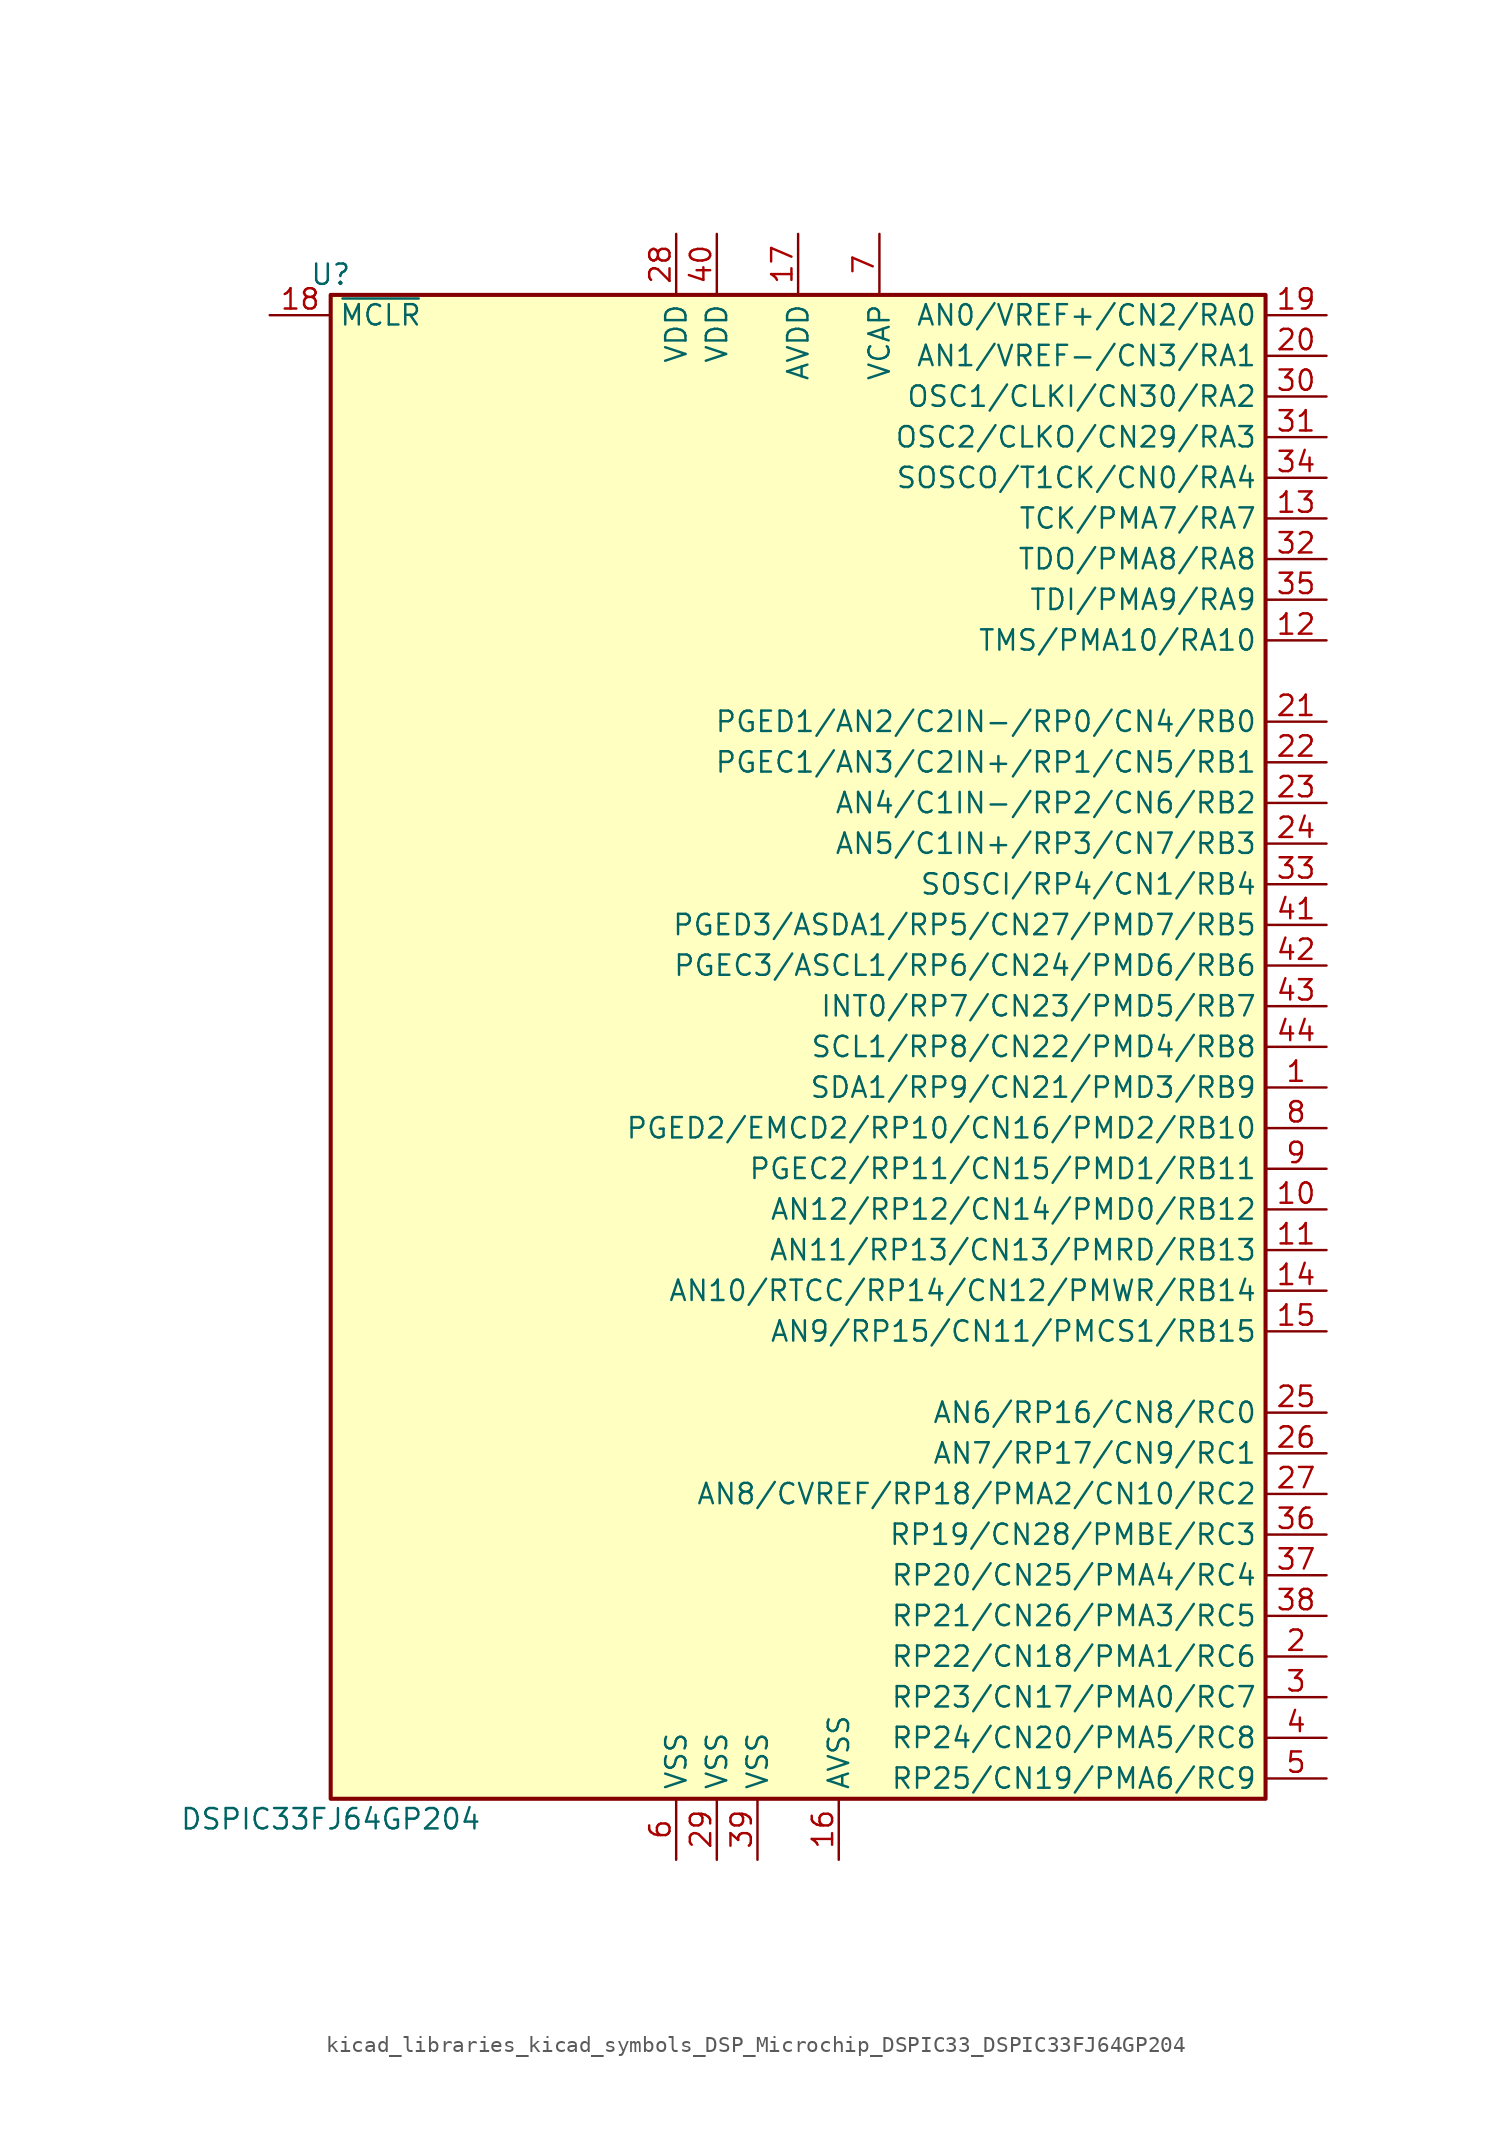
<source format=kicad_sym>
(kicad_symbol_lib
  (version 20220914)
  (generator kicad_symbol_editor)
  (symbol "kicad_libraries_kicad_symbols_DSP_Microchip_DSPIC33_DSPIC33FJ64GP204"
    (property "Reference" "U"
      (at -29.21 48.26 0)
      (effects (font (size 1.27 1.27))))
    (property "Value" "DSPIC33FJ64GP204"
      (at -29.21 -48.26 0)
      (effects (font (size 1.27 1.27))))
    (symbol "kicad_libraries_kicad_symbols_DSP_Microchip_DSPIC33_DSPIC33FJ64GP204_1_1"
      (rectangle (start -29.21 46.99) (end 29.21 -46.99) (stroke (width 0.254) (type default)) (fill (type background)))
      (pin bidirectional line (at 33.02 -2.54 180) (length 3.81) (name "SDA1/RP9/CN21/PMD3/RB9" (effects (font (size 1.27 1.27)))) (number "1" (effects (font (size 1.27 1.27)))))
      (pin bidirectional line (at 33.02 -10.16 180) (length 3.81) (name "AN12/RP12/CN14/PMD0/RB12" (effects (font (size 1.27 1.27)))) (number "10" (effects (font (size 1.27 1.27)))))
      (pin bidirectional line (at 33.02 -12.7 180) (length 3.81) (name "AN11/RP13/CN13/PMRD/RB13" (effects (font (size 1.27 1.27)))) (number "11" (effects (font (size 1.27 1.27)))))
      (pin bidirectional line (at 33.02 25.4 180) (length 3.81) (name "TMS/PMA10/RA10" (effects (font (size 1.27 1.27)))) (number "12" (effects (font (size 1.27 1.27)))))
      (pin bidirectional line (at 33.02 33.02 180) (length 3.81) (name "TCK/PMA7/RA7" (effects (font (size 1.27 1.27)))) (number "13" (effects (font (size 1.27 1.27)))))
      (pin bidirectional line (at 33.02 -15.24 180) (length 3.81) (name "AN10/RTCC/RP14/CN12/PMWR/RB14" (effects (font (size 1.27 1.27)))) (number "14" (effects (font (size 1.27 1.27)))))
      (pin bidirectional line (at 33.02 -17.78 180) (length 3.81) (name "AN9/RP15/CN11/PMCS1/RB15" (effects (font (size 1.27 1.27)))) (number "15" (effects (font (size 1.27 1.27)))))
      (pin power_in line (at 2.54 -50.8 90) (length 3.81) (name "AVSS" (effects (font (size 1.27 1.27)))) (number "16" (effects (font (size 1.27 1.27)))))
      (pin power_in line (at 0 50.8 270) (length 3.81) (name "AVDD" (effects (font (size 1.27 1.27)))) (number "17" (effects (font (size 1.27 1.27)))))
      (pin input line (at -33.02 45.72 0) (length 3.81) (name "~{MCLR}" (effects (font (size 1.27 1.27)))) (number "18" (effects (font (size 1.27 1.27)))))
      (pin bidirectional line (at 33.02 45.72 180) (length 3.81) (name "AN0/VREF+/CN2/RA0" (effects (font (size 1.27 1.27)))) (number "19" (effects (font (size 1.27 1.27)))))
      (pin bidirectional line (at 33.02 -38.1 180) (length 3.81) (name "RP22/CN18/PMA1/RC6" (effects (font (size 1.27 1.27)))) (number "2" (effects (font (size 1.27 1.27)))))
      (pin bidirectional line (at 33.02 43.18 180) (length 3.81) (name "AN1/VREF-/CN3/RA1" (effects (font (size 1.27 1.27)))) (number "20" (effects (font (size 1.27 1.27)))))
      (pin bidirectional line (at 33.02 20.32 180) (length 3.81) (name "PGED1/AN2/C2IN-/RP0/CN4/RB0" (effects (font (size 1.27 1.27)))) (number "21" (effects (font (size 1.27 1.27)))))
      (pin bidirectional line (at 33.02 17.78 180) (length 3.81) (name "PGEC1/AN3/C2IN+/RP1/CN5/RB1" (effects (font (size 1.27 1.27)))) (number "22" (effects (font (size 1.27 1.27)))))
      (pin bidirectional line (at 33.02 15.24 180) (length 3.81) (name "AN4/C1IN-/RP2/CN6/RB2" (effects (font (size 1.27 1.27)))) (number "23" (effects (font (size 1.27 1.27)))))
      (pin bidirectional line (at 33.02 12.7 180) (length 3.81) (name "AN5/C1IN+/RP3/CN7/RB3" (effects (font (size 1.27 1.27)))) (number "24" (effects (font (size 1.27 1.27)))))
      (pin bidirectional line (at 33.02 -22.86 180) (length 3.81) (name "AN6/RP16/CN8/RC0" (effects (font (size 1.27 1.27)))) (number "25" (effects (font (size 1.27 1.27)))))
      (pin bidirectional line (at 33.02 -25.4 180) (length 3.81) (name "AN7/RP17/CN9/RC1" (effects (font (size 1.27 1.27)))) (number "26" (effects (font (size 1.27 1.27)))))
      (pin bidirectional line (at 33.02 -27.94 180) (length 3.81) (name "AN8/CVREF/RP18/PMA2/CN10/RC2" (effects (font (size 1.27 1.27)))) (number "27" (effects (font (size 1.27 1.27)))))
      (pin power_in line (at -7.62 50.8 270) (length 3.81) (name "VDD" (effects (font (size 1.27 1.27)))) (number "28" (effects (font (size 1.27 1.27)))))
      (pin power_in line (at -5.08 -50.8 90) (length 3.81) (name "VSS" (effects (font (size 1.27 1.27)))) (number "29" (effects (font (size 1.27 1.27)))))
      (pin bidirectional line (at 33.02 -40.64 180) (length 3.81) (name "RP23/CN17/PMA0/RC7" (effects (font (size 1.27 1.27)))) (number "3" (effects (font (size 1.27 1.27)))))
      (pin input line (at 33.02 40.64 180) (length 3.81) (name "OSC1/CLKI/CN30/RA2" (effects (font (size 1.27 1.27)))) (number "30" (effects (font (size 1.27 1.27)))))
      (pin input line (at 33.02 38.1 180) (length 3.81) (name "OSC2/CLKO/CN29/RA3" (effects (font (size 1.27 1.27)))) (number "31" (effects (font (size 1.27 1.27)))))
      (pin input line (at 33.02 30.48 180) (length 3.81) (name "TDO/PMA8/RA8" (effects (font (size 1.27 1.27)))) (number "32" (effects (font (size 1.27 1.27)))))
      (pin input line (at 33.02 10.16 180) (length 3.81) (name "SOSCI/RP4/CN1/RB4" (effects (font (size 1.27 1.27)))) (number "33" (effects (font (size 1.27 1.27)))))
      (pin input line (at 33.02 35.56 180) (length 3.81) (name "SOSCO/T1CK/CN0/RA4" (effects (font (size 1.27 1.27)))) (number "34" (effects (font (size 1.27 1.27)))))
      (pin input line (at 33.02 27.94 180) (length 3.81) (name "TDI/PMA9/RA9" (effects (font (size 1.27 1.27)))) (number "35" (effects (font (size 1.27 1.27)))))
      (pin input line (at 33.02 -30.48 180) (length 3.81) (name "RP19/CN28/PMBE/RC3" (effects (font (size 1.27 1.27)))) (number "36" (effects (font (size 1.27 1.27)))))
      (pin input line (at 33.02 -33.02 180) (length 3.81) (name "RP20/CN25/PMA4/RC4" (effects (font (size 1.27 1.27)))) (number "37" (effects (font (size 1.27 1.27)))))
      (pin input line (at 33.02 -35.56 180) (length 3.81) (name "RP21/CN26/PMA3/RC5" (effects (font (size 1.27 1.27)))) (number "38" (effects (font (size 1.27 1.27)))))
      (pin power_in line (at -2.54 -50.8 90) (length 3.81) (name "VSS" (effects (font (size 1.27 1.27)))) (number "39" (effects (font (size 1.27 1.27)))))
      (pin bidirectional line (at 33.02 -43.18 180) (length 3.81) (name "RP24/CN20/PMA5/RC8" (effects (font (size 1.27 1.27)))) (number "4" (effects (font (size 1.27 1.27)))))
      (pin power_in line (at -5.08 50.8 270) (length 3.81) (name "VDD" (effects (font (size 1.27 1.27)))) (number "40" (effects (font (size 1.27 1.27)))))
      (pin input line (at 33.02 7.62 180) (length 3.81) (name "PGED3/ASDA1/RP5/CN27/PMD7/RB5" (effects (font (size 1.27 1.27)))) (number "41" (effects (font (size 1.27 1.27)))))
      (pin input line (at 33.02 5.08 180) (length 3.81) (name "PGEC3/ASCL1/RP6/CN24/PMD6/RB6" (effects (font (size 1.27 1.27)))) (number "42" (effects (font (size 1.27 1.27)))))
      (pin input line (at 33.02 2.54 180) (length 3.81) (name "INT0/RP7/CN23/PMD5/RB7" (effects (font (size 1.27 1.27)))) (number "43" (effects (font (size 1.27 1.27)))))
      (pin input line (at 33.02 0 180) (length 3.81) (name "SCL1/RP8/CN22/PMD4/RB8" (effects (font (size 1.27 1.27)))) (number "44" (effects (font (size 1.27 1.27)))))
      (pin bidirectional line (at 33.02 -45.72 180) (length 3.81) (name "RP25/CN19/PMA6/RC9" (effects (font (size 1.27 1.27)))) (number "5" (effects (font (size 1.27 1.27)))))
      (pin power_in line (at -7.62 -50.8 90) (length 3.81) (name "VSS" (effects (font (size 1.27 1.27)))) (number "6" (effects (font (size 1.27 1.27)))))
      (pin power_in line (at 5.08 50.8 270) (length 3.81) (name "VCAP" (effects (font (size 1.27 1.27)))) (number "7" (effects (font (size 1.27 1.27)))))
      (pin bidirectional line (at 33.02 -5.08 180) (length 3.81) (name "PGED2/EMCD2/RP10/CN16/PMD2/RB10" (effects (font (size 1.27 1.27)))) (number "8" (effects (font (size 1.27 1.27)))))
      (pin bidirectional line (at 33.02 -7.62 180) (length 3.81) (name "PGEC2/RP11/CN15/PMD1/RB11" (effects (font (size 1.27 1.27)))) (number "9" (effects (font (size 1.27 1.27))))))))
</source>
